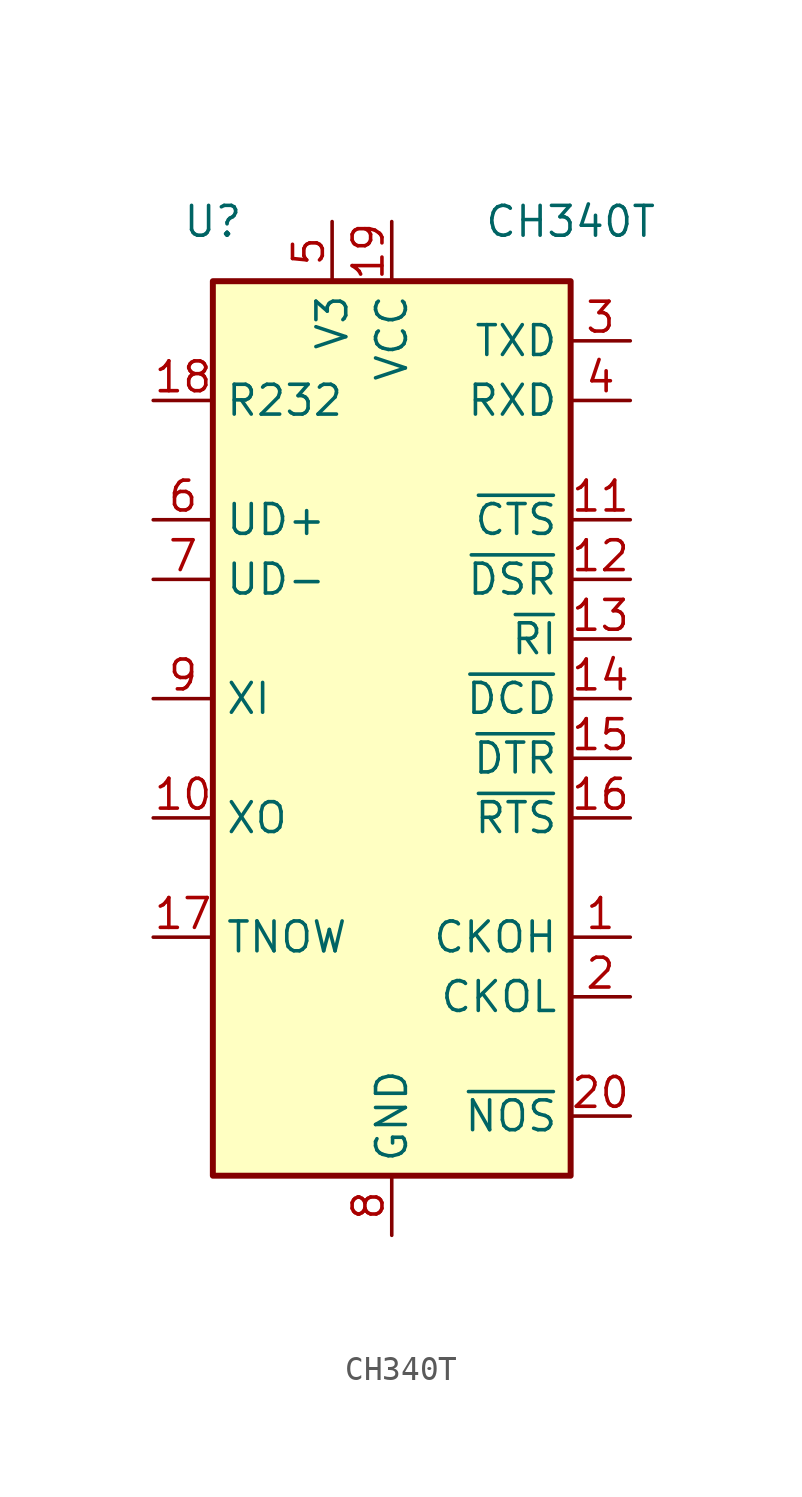
<source format=kicad_sym>
(kicad_symbol_lib
  (version 20211014)
  (generator kicad_symbol_editor)
  (symbol "CH340T"
    (property "Reference" "U"
      (at -7.62 22.86 0)
      (effects (font (size 1.27 1.27))))
    (property "Value" "CH340T"
      (at 7.62 22.86 0)
      (effects (font (size 1.27 1.27))))
    (symbol "CH340T_1_1"
      (rectangle (start -7.62 20.32) (end 7.62 -17.78) (stroke (width 0.254) (type default) (color 0 0 0 0)) (fill (type background)))
      (pin output line (at 10.16 -7.62 180) (length 2.54) (name "CKOH" (effects (font (size 1.27 1.27)))) (number "1" (effects (font (size 1.27 1.27)))))
      (pin output line (at -10.16 -2.54 0) (length 2.54) (name "XO" (effects (font (size 1.27 1.27)))) (number "10" (effects (font (size 1.27 1.27)))))
      (pin input line (at 10.16 10.16 180) (length 2.54) (name "~{CTS}" (effects (font (size 1.27 1.27)))) (number "11" (effects (font (size 1.27 1.27)))))
      (pin input line (at 10.16 7.62 180) (length 2.54) (name "~{DSR}" (effects (font (size 1.27 1.27)))) (number "12" (effects (font (size 1.27 1.27)))))
      (pin input line (at 10.16 5.08 180) (length 2.54) (name "~{RI}" (effects (font (size 1.27 1.27)))) (number "13" (effects (font (size 1.27 1.27)))))
      (pin input line (at 10.16 2.54 180) (length 2.54) (name "~{DCD}" (effects (font (size 1.27 1.27)))) (number "14" (effects (font (size 1.27 1.27)))))
      (pin output line (at 10.16 0 180) (length 2.54) (name "~{DTR}" (effects (font (size 1.27 1.27)))) (number "15" (effects (font (size 1.27 1.27)))))
      (pin output line (at 10.16 -2.54 180) (length 2.54) (name "~{RTS}" (effects (font (size 1.27 1.27)))) (number "16" (effects (font (size 1.27 1.27)))))
      (pin output line (at -10.16 -7.62 0) (length 2.54) (name "TNOW" (effects (font (size 1.27 1.27)))) (number "17" (effects (font (size 1.27 1.27)))))
      (pin input line (at -10.16 15.24 0) (length 2.54) (name "R232" (effects (font (size 1.27 1.27)))) (number "18" (effects (font (size 1.27 1.27)))))
      (pin power_in line (at 0 22.86 270) (length 2.54) (name "VCC" (effects (font (size 1.27 1.27)))) (number "19" (effects (font (size 1.27 1.27)))))
      (pin output line (at 10.16 -10.16 180) (length 2.54) (name "CKOL" (effects (font (size 1.27 1.27)))) (number "2" (effects (font (size 1.27 1.27)))))
      (pin input line (at 10.16 -15.24 180) (length 2.54) (name "~{NOS}" (effects (font (size 1.27 1.27)))) (number "20" (effects (font (size 1.27 1.27)))))
      (pin output line (at 10.16 17.78 180) (length 2.54) (name "TXD" (effects (font (size 1.27 1.27)))) (number "3" (effects (font (size 1.27 1.27)))))
      (pin input line (at 10.16 15.24 180) (length 2.54) (name "RXD" (effects (font (size 1.27 1.27)))) (number "4" (effects (font (size 1.27 1.27)))))
      (pin passive line (at -2.54 22.86 270) (length 2.54) (name "V3" (effects (font (size 1.27 1.27)))) (number "5" (effects (font (size 1.27 1.27)))))
      (pin bidirectional line (at -10.16 10.16 0) (length 2.54) (name "UD+" (effects (font (size 1.27 1.27)))) (number "6" (effects (font (size 1.27 1.27)))))
      (pin bidirectional line (at -10.16 7.62 0) (length 2.54) (name "UD-" (effects (font (size 1.27 1.27)))) (number "7" (effects (font (size 1.27 1.27)))))
      (pin power_in line (at 0 -20.32 90) (length 2.54) (name "GND" (effects (font (size 1.27 1.27)))) (number "8" (effects (font (size 1.27 1.27)))))
      (pin input line (at -10.16 2.54 0) (length 2.54) (name "XI" (effects (font (size 1.27 1.27)))) (number "9" (effects (font (size 1.27 1.27))))))))
</source>
